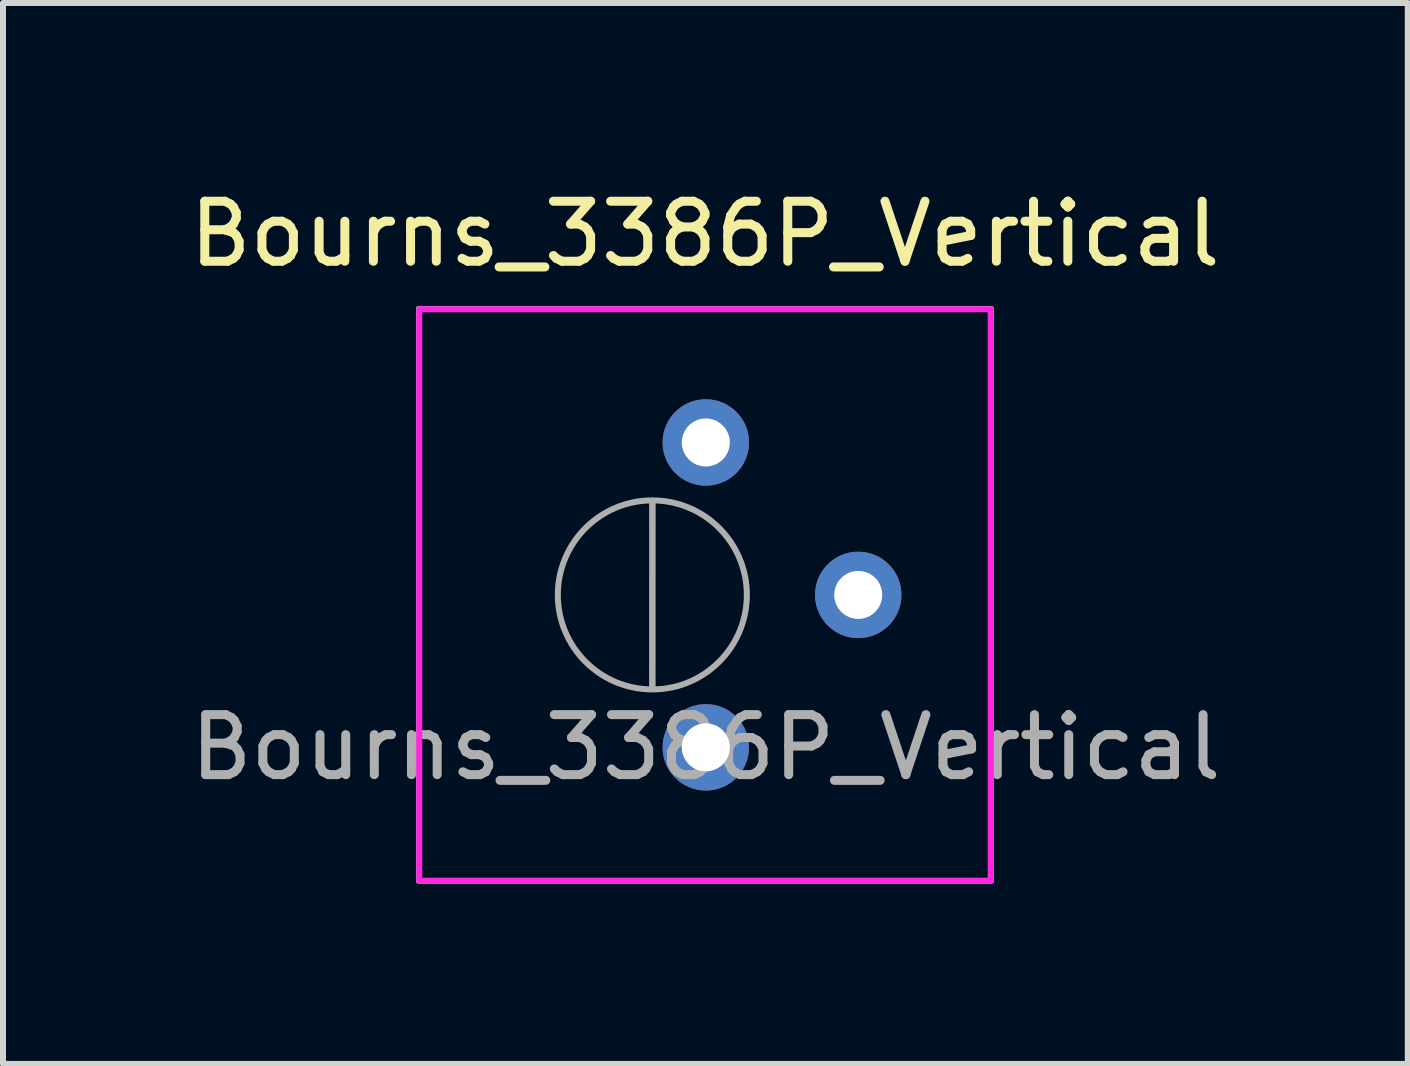
<source format=kicad_pcb>
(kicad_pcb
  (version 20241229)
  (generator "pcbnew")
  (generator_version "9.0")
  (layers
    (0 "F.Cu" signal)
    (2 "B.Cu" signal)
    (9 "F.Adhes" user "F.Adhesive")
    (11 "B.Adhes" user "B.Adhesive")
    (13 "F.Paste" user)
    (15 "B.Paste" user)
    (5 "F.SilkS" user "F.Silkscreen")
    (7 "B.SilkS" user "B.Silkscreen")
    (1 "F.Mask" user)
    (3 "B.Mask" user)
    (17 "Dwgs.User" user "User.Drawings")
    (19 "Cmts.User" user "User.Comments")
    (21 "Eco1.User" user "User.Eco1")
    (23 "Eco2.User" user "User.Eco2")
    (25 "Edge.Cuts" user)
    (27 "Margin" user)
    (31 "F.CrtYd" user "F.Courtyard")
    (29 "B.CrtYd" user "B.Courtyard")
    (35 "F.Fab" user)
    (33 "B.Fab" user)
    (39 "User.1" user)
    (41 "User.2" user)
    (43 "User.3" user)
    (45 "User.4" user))
  (footprint "Bourns_3386P_Vertical"
    (layer "F.Cu")
    (at 8.711 9.403)
    (property "Reference" "Bourns_3386P_Vertical" (at -0.015 -8.555 0) (layer "F.SilkS") (effects (font (size 1 1) (thickness 0.15))))
    (attr through_hole)
    (fp_rect (start -4.775 -7.3) (end 4.75 2.225) (stroke (width 0.1) (type default)) (fill no) (layer "F.CrtYd"))
    (fp_line (start -4.78 -7.305) (end -4.78 2.225) (stroke (width 0.1) (type solid)) (layer "F.Fab"))
    (fp_line (start -4.78 2.225) (end 4.75 2.225) (stroke (width 0.1) (type solid)) (layer "F.Fab"))
    (fp_line (start -0.891 -0.98) (end -0.89 -4.099) (stroke (width 0.1) (type solid)) (layer "F.Fab"))
    (fp_line (start -0.891 -0.98) (end -0.89 -4.099) (stroke (width 0.1) (type solid)) (layer "F.Fab"))
    (fp_line (start 4.75 -7.305) (end -4.78 -7.305) (stroke (width 0.1) (type solid)) (layer "F.Fab"))
    (fp_line (start 4.75 2.225) (end 4.75 -7.305) (stroke (width 0.1) (type solid)) (layer "F.Fab"))
    (fp_circle (center -0.891 -2.54) (end 0.684 -2.54) (stroke (width 0.1) (type solid)) (fill no) (layer "F.Fab"))
    (fp_text user "${REFERENCE}" (at 0 0 0) (layer "F.Fab") (effects (font (size 1 1) (thickness 0.15))))
    (pad "1" thru_hole circle (at 0 0) (size 1.44 1.44) (drill 0.8) (layers "*.Cu" "*.Mask"))
    (pad "2" thru_hole circle (at 2.54 -2.54) (size 1.44 1.44) (drill 0.8) (layers "*.Cu" "*.Mask"))
    (pad "3" thru_hole circle (at 0 -5.08) (size 1.44 1.44) (drill 0.8) (layers "*.Cu" "*.Mask")))
  (gr_rect
    (start -3 -3)
    (end 20.408 14.678)
    (stroke (width 0.1) (type default))
    (fill no)
    (layer "Edge.Cuts")))
</source>
